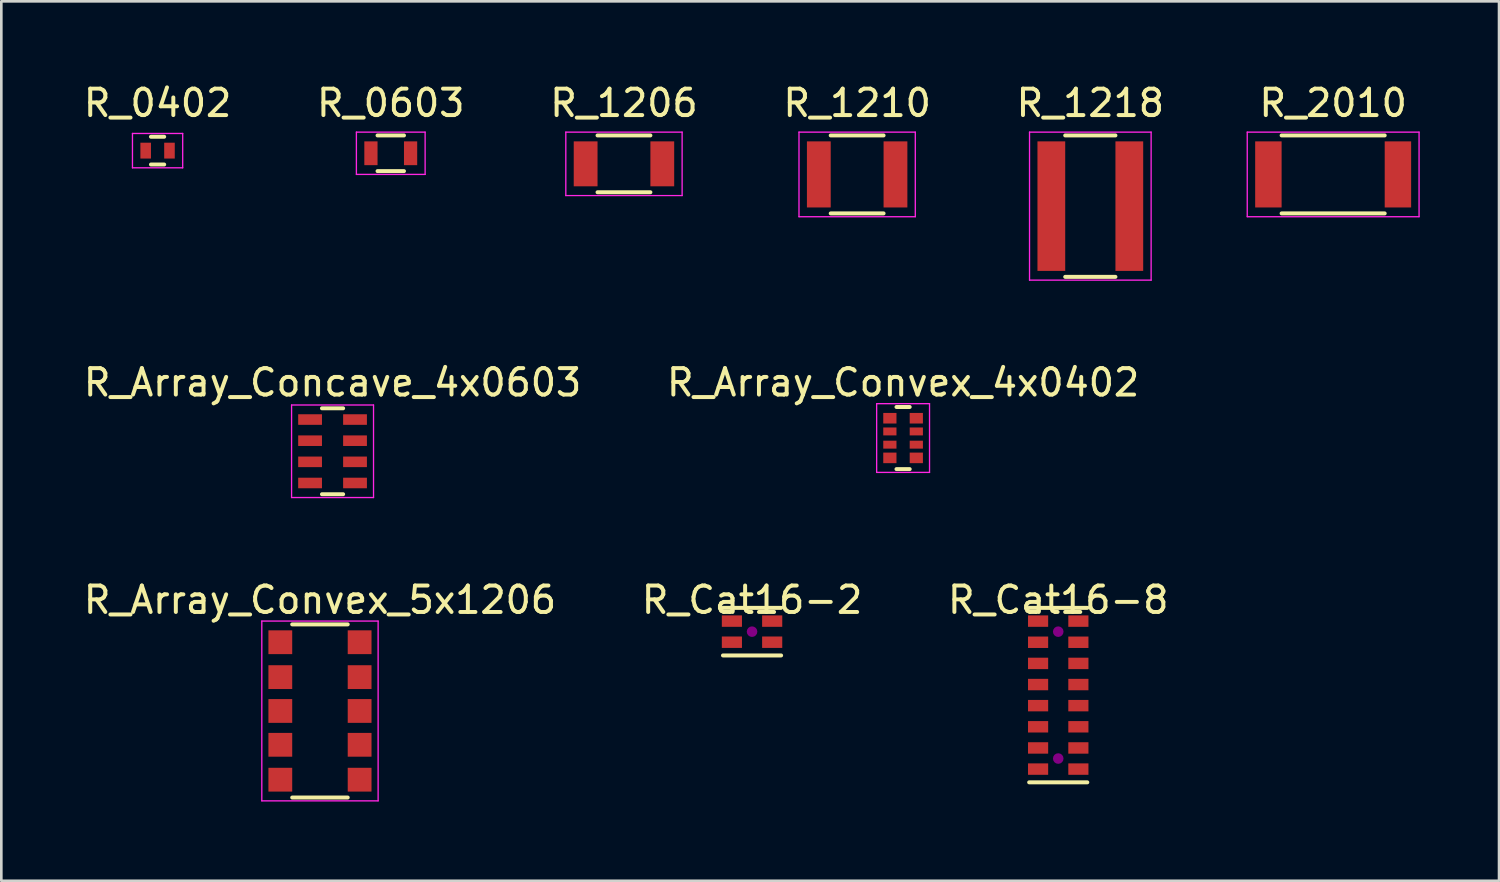
<source format=kicad_pcb>
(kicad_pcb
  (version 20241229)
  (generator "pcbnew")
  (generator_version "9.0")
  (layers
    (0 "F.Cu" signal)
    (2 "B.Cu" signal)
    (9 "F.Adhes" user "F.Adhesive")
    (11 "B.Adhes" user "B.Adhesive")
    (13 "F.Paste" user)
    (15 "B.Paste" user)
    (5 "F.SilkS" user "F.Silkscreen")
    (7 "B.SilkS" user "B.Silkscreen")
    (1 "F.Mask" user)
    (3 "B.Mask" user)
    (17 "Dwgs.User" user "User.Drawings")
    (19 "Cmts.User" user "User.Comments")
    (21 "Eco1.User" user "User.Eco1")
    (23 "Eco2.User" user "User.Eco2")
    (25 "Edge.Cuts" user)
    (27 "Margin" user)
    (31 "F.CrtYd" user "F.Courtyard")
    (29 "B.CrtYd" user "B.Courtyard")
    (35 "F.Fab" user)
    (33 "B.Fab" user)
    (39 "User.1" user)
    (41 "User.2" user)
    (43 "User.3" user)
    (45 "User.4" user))
  (footprint "R_Array_Concave_4x0603"
    (layer "F.Cu")
    (at 9.53 14.021)
    (property "Reference" "R_Array_Concave_4x0603" (at 0 -2.6 0) (layer "F.SilkS") (effects (font (size 1 1) (thickness 0.15))))
    (attr smd)
    (fp_line (start 0.4 -1.625) (end -0.4 -1.625) (stroke (width 0.15) (type solid)) (layer "F.SilkS"))
    (fp_line (start 0.4 1.625) (end -0.4 1.625) (stroke (width 0.15) (type solid)) (layer "F.SilkS"))
    (fp_line (start -1.55 -1.75) (end -1.55 1.75) (stroke (width 0.05) (type solid)) (layer "F.CrtYd"))
    (fp_line (start -1.55 -1.75) (end 1.55 -1.75) (stroke (width 0.05) (type solid)) (layer "F.CrtYd"))
    (fp_line (start -1.55 1.75) (end 1.55 1.75) (stroke (width 0.05) (type solid)) (layer "F.CrtYd"))
    (fp_line (start 1.55 -1.75) (end 1.55 1.75) (stroke (width 0.05) (type solid)) (layer "F.CrtYd"))
    (pad "1" smd rect (at -0.85 -1.2) (size 0.9 0.4) (layers "F.Cu" "F.Mask" "F.Paste"))
    (pad "2" smd rect (at -0.85 -0.4) (size 0.9 0.4) (layers "F.Cu" "F.Mask" "F.Paste"))
    (pad "3" smd rect (at -0.85 0.4) (size 0.9 0.4) (layers "F.Cu" "F.Mask" "F.Paste"))
    (pad "4" smd rect (at -0.85 1.2) (size 0.9 0.4) (layers "F.Cu" "F.Mask" "F.Paste"))
    (pad "5" smd rect (at 0.85 1.2) (size 0.9 0.4) (layers "F.Cu" "F.Mask" "F.Paste"))
    (pad "6" smd rect (at 0.85 0.4) (size 0.9 0.4) (layers "F.Cu" "F.Mask" "F.Paste"))
    (pad "7" smd rect (at 0.85 -0.4) (size 0.9 0.4) (layers "F.Cu" "F.Mask" "F.Paste"))
    (pad "8" smd rect (at 0.85 -1.2) (size 0.9 0.4) (layers "F.Cu" "F.Mask" "F.Paste")))
  (footprint "R_2010"
    (layer "F.Cu")
    (at 47.382 3.548)
    (property "Reference" "R_2010" (at 0 -2.7 0) (layer "F.SilkS") (effects (font (size 1 1) (thickness 0.15))))
    (attr smd)
    (fp_line (start -1.95 -1.475) (end 1.95 -1.475) (stroke (width 0.15) (type solid)) (layer "F.SilkS"))
    (fp_line (start 1.95 1.475) (end -1.95 1.475) (stroke (width 0.15) (type solid)) (layer "F.SilkS"))
    (fp_line (start -3.25 -1.6) (end -3.25 1.6) (stroke (width 0.05) (type solid)) (layer "F.CrtYd"))
    (fp_line (start -3.25 -1.6) (end 3.25 -1.6) (stroke (width 0.05) (type solid)) (layer "F.CrtYd"))
    (fp_line (start -3.25 1.6) (end 3.25 1.6) (stroke (width 0.05) (type solid)) (layer "F.CrtYd"))
    (fp_line (start 3.25 -1.6) (end 3.25 1.6) (stroke (width 0.05) (type solid)) (layer "F.CrtYd"))
    (pad "1" smd rect (at -2.45 0) (size 1 2.5) (layers "F.Cu" "F.Mask" "F.Paste"))
    (pad "2" smd rect (at 2.45 0) (size 1 2.5) (layers "F.Cu" "F.Mask" "F.Paste")))
  (footprint "R_0603"
    (layer "F.Cu")
    (at 11.732 2.748)
    (property "Reference" "R_0603" (at 0 -1.9 0) (layer "F.SilkS") (effects (font (size 1 1) (thickness 0.15))))
    (attr smd)
    (fp_line (start -0.5 -0.675) (end 0.5 -0.675) (stroke (width 0.15) (type solid)) (layer "F.SilkS"))
    (fp_line (start 0.5 0.675) (end -0.5 0.675) (stroke (width 0.15) (type solid)) (layer "F.SilkS"))
    (fp_line (start -1.3 -0.8) (end -1.3 0.8) (stroke (width 0.05) (type solid)) (layer "F.CrtYd"))
    (fp_line (start -1.3 -0.8) (end 1.3 -0.8) (stroke (width 0.05) (type solid)) (layer "F.CrtYd"))
    (fp_line (start -1.3 0.8) (end 1.3 0.8) (stroke (width 0.05) (type solid)) (layer "F.CrtYd"))
    (fp_line (start 1.3 -0.8) (end 1.3 0.8) (stroke (width 0.05) (type solid)) (layer "F.CrtYd"))
    (pad "1" smd rect (at -0.75 0) (size 0.5 0.9) (layers "F.Cu" "F.Mask" "F.Paste"))
    (pad "2" smd rect (at 0.75 0) (size 0.5 0.9) (layers "F.Cu" "F.Mask" "F.Paste")))
  (footprint "R_1210"
    (layer "F.Cu")
    (at 29.375 3.548)
    (property "Reference" "R_1210" (at 0 -2.7 0) (layer "F.SilkS") (effects (font (size 1 1) (thickness 0.15))))
    (attr smd)
    (fp_line (start -1 -1.475) (end 1 -1.475) (stroke (width 0.15) (type solid)) (layer "F.SilkS"))
    (fp_line (start 1 1.475) (end -1 1.475) (stroke (width 0.15) (type solid)) (layer "F.SilkS"))
    (fp_line (start -2.2 -1.6) (end -2.2 1.6) (stroke (width 0.05) (type solid)) (layer "F.CrtYd"))
    (fp_line (start -2.2 -1.6) (end 2.2 -1.6) (stroke (width 0.05) (type solid)) (layer "F.CrtYd"))
    (fp_line (start -2.2 1.6) (end 2.2 1.6) (stroke (width 0.05) (type solid)) (layer "F.CrtYd"))
    (fp_line (start 2.2 -1.6) (end 2.2 1.6) (stroke (width 0.05) (type solid)) (layer "F.CrtYd"))
    (pad "1" smd rect (at -1.45 0) (size 0.9 2.5) (layers "F.Cu" "F.Mask" "F.Paste"))
    (pad "2" smd rect (at 1.45 0) (size 0.9 2.5) (layers "F.Cu" "F.Mask" "F.Paste")))
  (footprint "R_Array_Convex_4x0402"
    (layer "F.Cu")
    (at 31.113 13.521)
    (property "Reference" "R_Array_Convex_4x0402" (at 0 -2.1 0) (layer "F.SilkS") (effects (font (size 1 1) (thickness 0.15))))
    (attr smd)
    (fp_line (start 0.25 -1.175) (end -0.25 -1.175) (stroke (width 0.15) (type solid)) (layer "F.SilkS"))
    (fp_line (start 0.25 1.175) (end -0.25 1.175) (stroke (width 0.15) (type solid)) (layer "F.SilkS"))
    (fp_line (start -1 -1.3) (end -1 1.3) (stroke (width 0.05) (type solid)) (layer "F.CrtYd"))
    (fp_line (start -1 -1.3) (end 1 -1.3) (stroke (width 0.05) (type solid)) (layer "F.CrtYd"))
    (fp_line (start -1 1.3) (end 1 1.3) (stroke (width 0.05) (type solid)) (layer "F.CrtYd"))
    (fp_line (start 1 -1.3) (end 1 1.3) (stroke (width 0.05) (type solid)) (layer "F.CrtYd"))
    (pad "1" smd rect (at -0.5 -0.75) (size 0.5 0.4) (layers "F.Cu" "F.Mask" "F.Paste"))
    (pad "2" smd rect (at -0.5 -0.25) (size 0.5 0.3) (layers "F.Cu" "F.Mask" "F.Paste"))
    (pad "3" smd rect (at -0.5 0.25) (size 0.5 0.3) (layers "F.Cu" "F.Mask" "F.Paste"))
    (pad "4" smd rect (at -0.5 0.75) (size 0.5 0.4) (layers "F.Cu" "F.Mask" "F.Paste"))
    (pad "5" smd rect (at 0.5 0.75) (size 0.5 0.4) (layers "F.Cu" "F.Mask" "F.Paste"))
    (pad "6" smd rect (at 0.5 0.25) (size 0.5 0.3) (layers "F.Cu" "F.Mask" "F.Paste"))
    (pad "7" smd rect (at 0.5 -0.25) (size 0.5 0.3) (layers "F.Cu" "F.Mask" "F.Paste"))
    (pad "8" smd rect (at 0.5 -0.75) (size 0.5 0.4) (layers "F.Cu" "F.Mask" "F.Paste")))
  (footprint "R_Cat16-2"
    (layer "F.Cu")
    (at 25.399 20.845)
    (property "Reference" "R_Cat16-2" (at 0 -1.2 0) (layer "F.SilkS") (effects (font (size 1 1) (thickness 0.15))))
    (attr through_hole)
    (fp_line (start -1.1 -0.9) (end 1.1 -0.9) (stroke (width 0.15) (type solid)) (layer "F.SilkS"))
    (fp_line (start -1.1 0.9) (end 1.1 0.9) (stroke (width 0.15) (type solid)) (layer "F.SilkS"))
    (fp_circle (center 0 0) (end 0.1 0) (stroke (width 0.2) (type solid)) (fill no) (layer "F.Adhes"))
    (pad "1" smd rect (at 0.762 0.399) (size 0.762 0.432) (layers "F.Cu" "F.Mask" "F.Paste"))
    (pad "2" smd rect (at 0.762 -0.399) (size 0.762 0.432) (layers "F.Cu" "F.Mask" "F.Paste"))
    (pad "3" smd rect (at -0.762 -0.399) (size 0.762 0.432) (layers "F.Cu" "F.Mask" "F.Paste"))
    (pad "4" smd rect (at -0.762 0.399) (size 0.762 0.432) (layers "F.Cu" "F.Mask" "F.Paste")))
  (footprint "R_1206"
    (layer "F.Cu")
    (at 20.554 3.148)
    (property "Reference" "R_1206" (at 0 -2.3 0) (layer "F.SilkS") (effects (font (size 1 1) (thickness 0.15))))
    (attr smd)
    (fp_line (start -1 -1.075) (end 1 -1.075) (stroke (width 0.15) (type solid)) (layer "F.SilkS"))
    (fp_line (start 1 1.075) (end -1 1.075) (stroke (width 0.15) (type solid)) (layer "F.SilkS"))
    (fp_line (start -2.2 -1.2) (end -2.2 1.2) (stroke (width 0.05) (type solid)) (layer "F.CrtYd"))
    (fp_line (start -2.2 -1.2) (end 2.2 -1.2) (stroke (width 0.05) (type solid)) (layer "F.CrtYd"))
    (fp_line (start -2.2 1.2) (end 2.2 1.2) (stroke (width 0.05) (type solid)) (layer "F.CrtYd"))
    (fp_line (start 2.2 -1.2) (end 2.2 1.2) (stroke (width 0.05) (type solid)) (layer "F.CrtYd"))
    (pad "1" smd rect (at -1.45 0) (size 0.9 1.7) (layers "F.Cu" "F.Mask" "F.Paste"))
    (pad "2" smd rect (at 1.45 0) (size 0.9 1.7) (layers "F.Cu" "F.Mask" "F.Paste")))
  (footprint "R_Cat16-8"
    (layer "F.Cu")
    (at 36.982 23.245)
    (property "Reference" "R_Cat16-8" (at 0 -3.6 0) (layer "F.SilkS") (effects (font (size 1 1) (thickness 0.15))))
    (attr through_hole)
    (fp_line (start -1.1 -3.3) (end 1.1 -3.3) (stroke (width 0.15) (type solid)) (layer "F.SilkS"))
    (fp_line (start -1.1 3.3) (end 1.1 3.3) (stroke (width 0.15) (type solid)) (layer "F.SilkS"))
    (fp_circle (center 0 -2.4) (end 0.1 -2.4) (stroke (width 0.2) (type solid)) (fill no) (layer "F.Adhes"))
    (fp_circle (center 0 2.4) (end 0.1 2.4) (stroke (width 0.2) (type solid)) (fill no) (layer "F.Adhes"))
    (pad "1" smd rect (at 0.762 2.799) (size 0.762 0.432) (layers "F.Cu" "F.Mask" "F.Paste"))
    (pad "2" smd rect (at 0.762 1.999) (size 0.762 0.432) (layers "F.Cu" "F.Mask" "F.Paste"))
    (pad "3" smd rect (at 0.762 1.199) (size 0.762 0.432) (layers "F.Cu" "F.Mask" "F.Paste"))
    (pad "4" smd rect (at 0.762 0.399) (size 0.762 0.432) (layers "F.Cu" "F.Mask" "F.Paste"))
    (pad "5" smd rect (at 0.762 -0.399) (size 0.762 0.432) (layers "F.Cu" "F.Mask" "F.Paste"))
    (pad "6" smd rect (at 0.762 -1.199) (size 0.762 0.432) (layers "F.Cu" "F.Mask" "F.Paste"))
    (pad "7" smd rect (at 0.762 -1.999) (size 0.762 0.432) (layers "F.Cu" "F.Mask" "F.Paste"))
    (pad "8" smd rect (at 0.762 -2.799) (size 0.762 0.432) (layers "F.Cu" "F.Mask" "F.Paste"))
    (pad "9" smd rect (at -0.762 -2.799) (size 0.762 0.432) (layers "F.Cu" "F.Mask" "F.Paste"))
    (pad "10" smd rect (at -0.762 -1.999) (size 0.762 0.432) (layers "F.Cu" "F.Mask" "F.Paste"))
    (pad "11" smd rect (at -0.762 -1.199) (size 0.762 0.432) (layers "F.Cu" "F.Mask" "F.Paste"))
    (pad "12" smd rect (at -0.762 -0.399) (size 0.762 0.432) (layers "F.Cu" "F.Mask" "F.Paste"))
    (pad "13" smd rect (at -0.762 0.399) (size 0.762 0.432) (layers "F.Cu" "F.Mask" "F.Paste"))
    (pad "14" smd rect (at -0.762 1.199) (size 0.762 0.432) (layers "F.Cu" "F.Mask" "F.Paste"))
    (pad "15" smd rect (at -0.762 1.999) (size 0.762 0.432) (layers "F.Cu" "F.Mask" "F.Paste"))
    (pad "16" smd rect (at -0.762 2.799) (size 0.762 0.432) (layers "F.Cu" "F.Mask" "F.Paste")))
  (footprint "R_Array_Convex_5x1206"
    (layer "F.Cu")
    (at 9.054 23.845)
    (property "Reference" "R_Array_Convex_5x1206" (at 0 -4.2 0) (layer "F.SilkS") (effects (font (size 1 1) (thickness 0.15))))
    (attr smd)
    (fp_line (start 1.05 -3.275) (end -1.05 -3.275) (stroke (width 0.15) (type solid)) (layer "F.SilkS"))
    (fp_line (start 1.05 3.275) (end -1.05 3.275) (stroke (width 0.15) (type solid)) (layer "F.SilkS"))
    (fp_line (start -2.2 -3.4) (end -2.2 3.4) (stroke (width 0.05) (type solid)) (layer "F.CrtYd"))
    (fp_line (start -2.2 -3.4) (end 2.2 -3.4) (stroke (width 0.05) (type solid)) (layer "F.CrtYd"))
    (fp_line (start -2.2 3.4) (end 2.2 3.4) (stroke (width 0.05) (type solid)) (layer "F.CrtYd"))
    (fp_line (start 2.2 -3.4) (end 2.2 3.4) (stroke (width 0.05) (type solid)) (layer "F.CrtYd"))
    (pad "1" smd rect (at -1.5 -2.6) (size 0.9 0.9) (layers "F.Cu" "F.Mask" "F.Paste"))
    (pad "2" smd rect (at -1.5 -1.28) (size 0.9 0.9) (layers "F.Cu" "F.Mask" "F.Paste"))
    (pad "3" smd rect (at -1.5 0) (size 0.9 0.9) (layers "F.Cu" "F.Mask" "F.Paste"))
    (pad "4" smd rect (at -1.5 1.28) (size 0.9 0.9) (layers "F.Cu" "F.Mask" "F.Paste"))
    (pad "5" smd rect (at -1.5 2.6) (size 0.9 0.9) (layers "F.Cu" "F.Mask" "F.Paste"))
    (pad "6" smd rect (at 1.5 2.6) (size 0.9 0.9) (layers "F.Cu" "F.Mask" "F.Paste"))
    (pad "7" smd rect (at 1.5 1.28) (size 0.9 0.9) (layers "F.Cu" "F.Mask" "F.Paste"))
    (pad "8" smd rect (at 1.5 0) (size 0.9 0.9) (layers "F.Cu" "F.Mask" "F.Paste"))
    (pad "9" smd rect (at 1.5 -1.28) (size 0.9 0.9) (layers "F.Cu" "F.Mask" "F.Paste"))
    (pad "10" smd rect (at 1.5 -2.6) (size 0.9 0.9) (layers "F.Cu" "F.Mask" "F.Paste")))
  (footprint "R_1218"
    (layer "F.Cu")
    (at 38.196 4.748)
    (property "Reference" "R_1218" (at 0 -3.9 0) (layer "F.SilkS") (effects (font (size 1 1) (thickness 0.15))))
    (attr smd)
    (fp_line (start -0.95 -2.675) (end 0.95 -2.675) (stroke (width 0.15) (type solid)) (layer "F.SilkS"))
    (fp_line (start 0.95 2.675) (end -0.95 2.675) (stroke (width 0.15) (type solid)) (layer "F.SilkS"))
    (fp_line (start -2.3 -2.8) (end -2.3 2.8) (stroke (width 0.05) (type solid)) (layer "F.CrtYd"))
    (fp_line (start -2.3 -2.8) (end 2.3 -2.8) (stroke (width 0.05) (type solid)) (layer "F.CrtYd"))
    (fp_line (start -2.3 2.8) (end 2.3 2.8) (stroke (width 0.05) (type solid)) (layer "F.CrtYd"))
    (fp_line (start 2.3 -2.8) (end 2.3 2.8) (stroke (width 0.05) (type solid)) (layer "F.CrtYd"))
    (pad "1" smd rect (at -1.475 0) (size 1.05 4.9) (layers "F.Cu" "F.Mask" "F.Paste"))
    (pad "2" smd rect (at 1.475 0) (size 1.05 4.9) (layers "F.Cu" "F.Mask" "F.Paste")))
  (footprint "R_0402"
    (layer "F.Cu")
    (at 2.911 2.648)
    (property "Reference" "R_0402" (at 0 -1.8 0) (layer "F.SilkS") (effects (font (size 1 1) (thickness 0.15))))
    (attr smd)
    (fp_line (start -0.25 0.525) (end 0.25 0.525) (stroke (width 0.15) (type solid)) (layer "F.SilkS"))
    (fp_line (start 0.25 -0.525) (end -0.25 -0.525) (stroke (width 0.15) (type solid)) (layer "F.SilkS"))
    (fp_line (start -0.95 -0.65) (end -0.95 0.65) (stroke (width 0.05) (type solid)) (layer "F.CrtYd"))
    (fp_line (start -0.95 -0.65) (end 0.95 -0.65) (stroke (width 0.05) (type solid)) (layer "F.CrtYd"))
    (fp_line (start -0.95 0.65) (end 0.95 0.65) (stroke (width 0.05) (type solid)) (layer "F.CrtYd"))
    (fp_line (start 0.95 -0.65) (end 0.95 0.65) (stroke (width 0.05) (type solid)) (layer "F.CrtYd"))
    (pad "1" smd rect (at -0.45 0) (size 0.4 0.6) (layers "F.Cu" "F.Mask" "F.Paste"))
    (pad "2" smd rect (at 0.45 0) (size 0.4 0.6) (layers "F.Cu" "F.Mask" "F.Paste")))
  (gr_rect
    (start -3 -3)
    (end 53.657 30.27)
    (stroke (width 0.1) (type default))
    (fill no)
    (layer "Edge.Cuts")))
</source>
